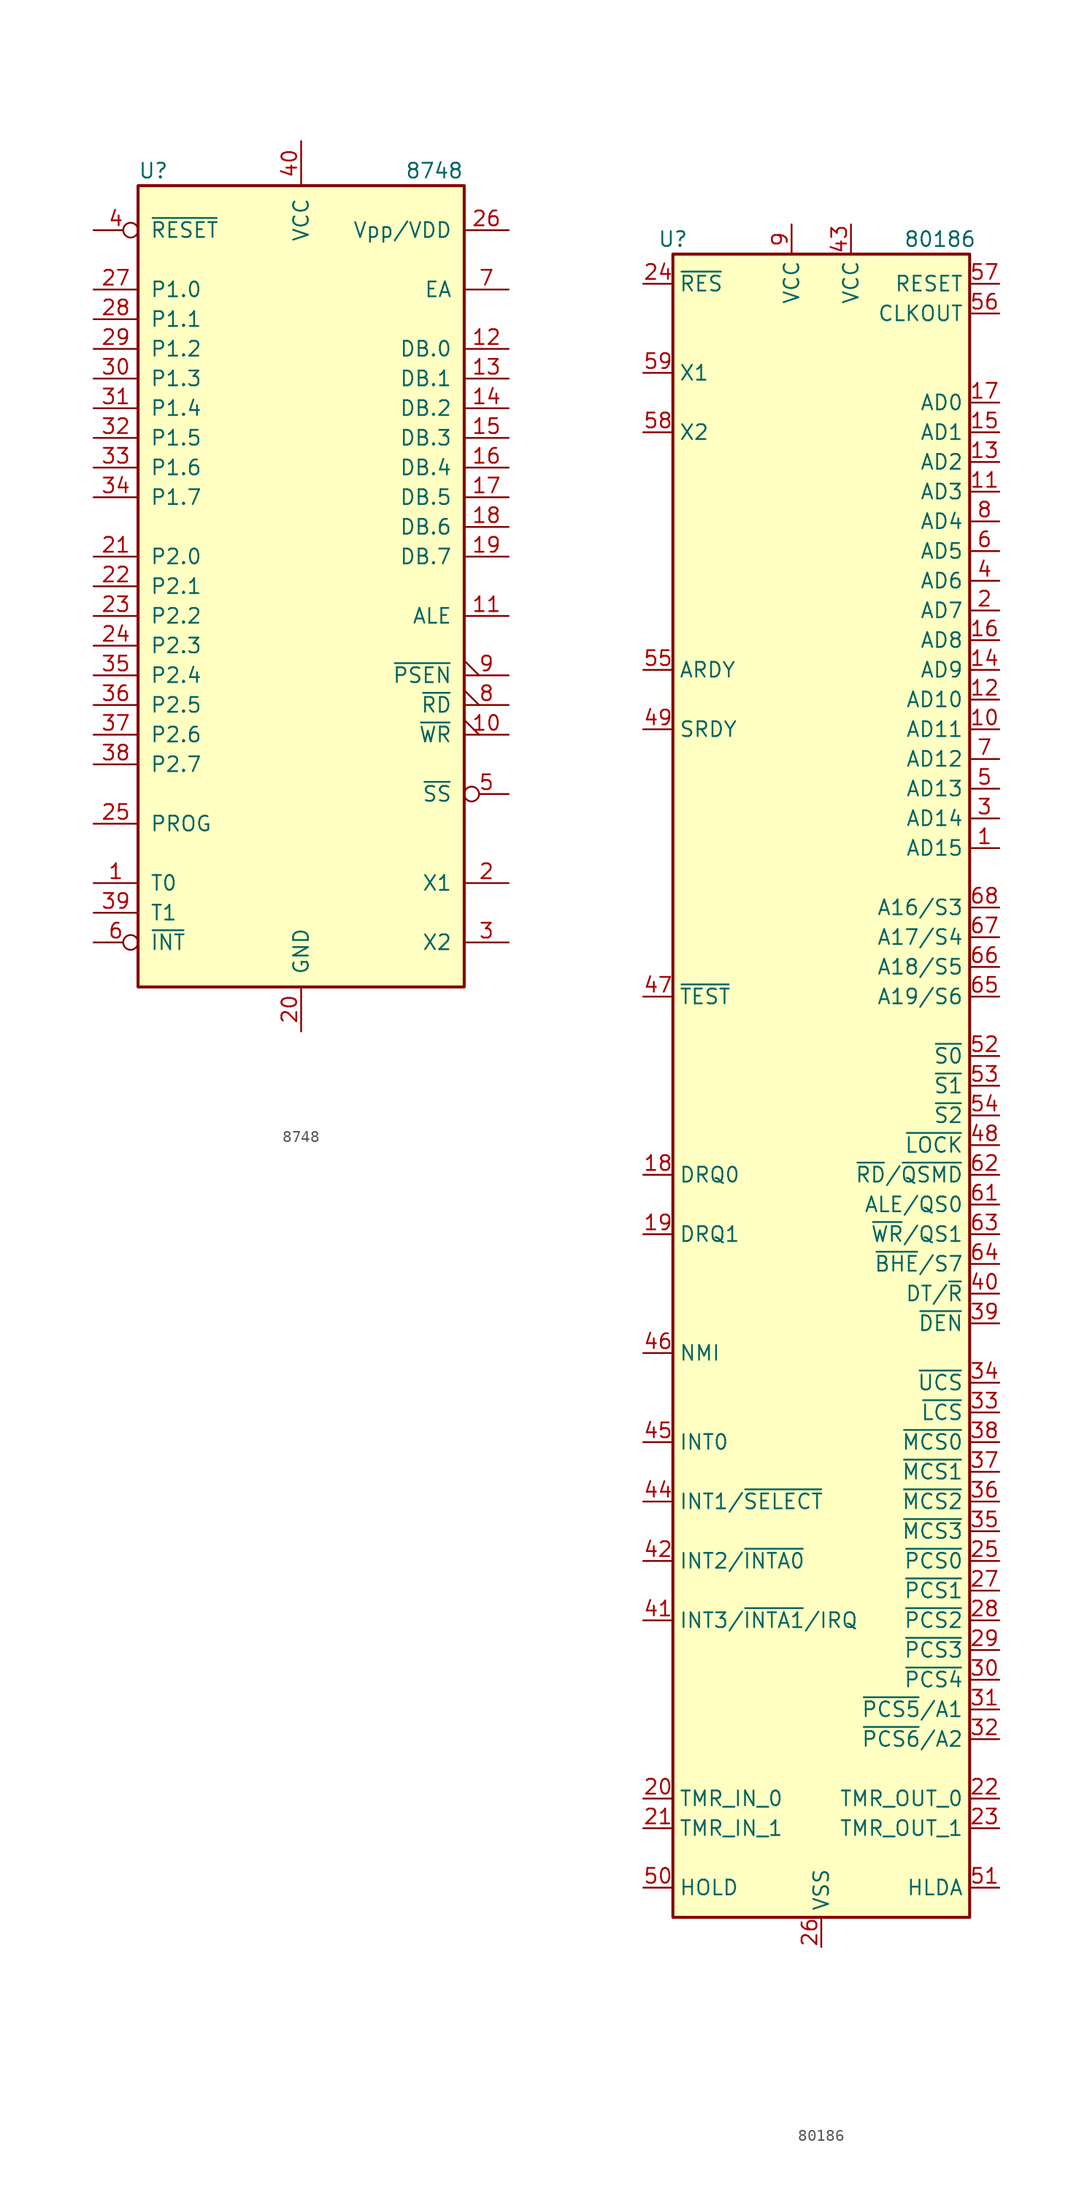
<source format=kicad_sym>
(kicad_symbol_lib
  (version 20200908)
  (generator kicad_symbol_editor)
  (symbol "MCU_Intel:8748"
    (pin_names
      (offset 1.016))
    (property "Reference" "U"
      (at -13.97 35.56 0)
      (effects (font (size 1.27 1.27)) (justify left)))
    (property "Value" "8748"
      (at 8.89 35.56 0)
      (effects (font (size 1.27 1.27)) (justify left)))
    (symbol "8748_1_1"
      (rectangle (start -13.97 -34.29) (end 13.97 34.29) (stroke (width 0.254)) (fill (type background)))
      (pin input line (at -17.78 -25.4 0) (length 3.81) (name "T0" (effects (font (size 1.27 1.27)))) (number "1" (effects (font (size 1.27 1.27)))))
      (pin output output_low (at 17.78 -12.7 180) (length 3.81) (name "~WR~" (effects (font (size 1.27 1.27)))) (number "10" (effects (font (size 1.27 1.27)))))
      (pin output line (at 17.78 -2.54 180) (length 3.81) (name "ALE" (effects (font (size 1.27 1.27)))) (number "11" (effects (font (size 1.27 1.27)))))
      (pin bidirectional line (at 17.78 20.32 180) (length 3.81) (name "DB.0" (effects (font (size 1.27 1.27)))) (number "12" (effects (font (size 1.27 1.27)))))
      (pin bidirectional line (at 17.78 17.78 180) (length 3.81) (name "DB.1" (effects (font (size 1.27 1.27)))) (number "13" (effects (font (size 1.27 1.27)))))
      (pin bidirectional line (at 17.78 15.24 180) (length 3.81) (name "DB.2" (effects (font (size 1.27 1.27)))) (number "14" (effects (font (size 1.27 1.27)))))
      (pin bidirectional line (at 17.78 12.7 180) (length 3.81) (name "DB.3" (effects (font (size 1.27 1.27)))) (number "15" (effects (font (size 1.27 1.27)))))
      (pin bidirectional line (at 17.78 10.16 180) (length 3.81) (name "DB.4" (effects (font (size 1.27 1.27)))) (number "16" (effects (font (size 1.27 1.27)))))
      (pin bidirectional line (at 17.78 7.62 180) (length 3.81) (name "DB.5" (effects (font (size 1.27 1.27)))) (number "17" (effects (font (size 1.27 1.27)))))
      (pin bidirectional line (at 17.78 5.08 180) (length 3.81) (name "DB.6" (effects (font (size 1.27 1.27)))) (number "18" (effects (font (size 1.27 1.27)))))
      (pin bidirectional line (at 17.78 2.54 180) (length 3.81) (name "DB.7" (effects (font (size 1.27 1.27)))) (number "19" (effects (font (size 1.27 1.27)))))
      (pin input line (at 17.78 -25.4 180) (length 3.81) (name "X1" (effects (font (size 1.27 1.27)))) (number "2" (effects (font (size 1.27 1.27)))))
      (pin power_in line (at 0 -38.1 90) (length 3.81) (name "GND" (effects (font (size 1.27 1.27)))) (number "20" (effects (font (size 1.27 1.27)))))
      (pin bidirectional line (at -17.78 2.54 0) (length 3.81) (name "P2.0" (effects (font (size 1.27 1.27)))) (number "21" (effects (font (size 1.27 1.27)))))
      (pin bidirectional line (at -17.78 0 0) (length 3.81) (name "P2.1" (effects (font (size 1.27 1.27)))) (number "22" (effects (font (size 1.27 1.27)))))
      (pin bidirectional line (at -17.78 -2.54 0) (length 3.81) (name "P2.2" (effects (font (size 1.27 1.27)))) (number "23" (effects (font (size 1.27 1.27)))))
      (pin bidirectional line (at -17.78 -5.08 0) (length 3.81) (name "P2.3" (effects (font (size 1.27 1.27)))) (number "24" (effects (font (size 1.27 1.27)))))
      (pin output line (at -17.78 -20.32 0) (length 3.81) (name "PROG" (effects (font (size 1.27 1.27)))) (number "25" (effects (font (size 1.27 1.27)))))
      (pin power_in line (at 17.78 30.48 180) (length 3.81) (name "Vpp/VDD" (effects (font (size 1.27 1.27)))) (number "26" (effects (font (size 1.27 1.27)))))
      (pin bidirectional line (at -17.78 25.4 0) (length 3.81) (name "P1.0" (effects (font (size 1.27 1.27)))) (number "27" (effects (font (size 1.27 1.27)))))
      (pin bidirectional line (at -17.78 22.86 0) (length 3.81) (name "P1.1" (effects (font (size 1.27 1.27)))) (number "28" (effects (font (size 1.27 1.27)))))
      (pin bidirectional line (at -17.78 20.32 0) (length 3.81) (name "P1.2" (effects (font (size 1.27 1.27)))) (number "29" (effects (font (size 1.27 1.27)))))
      (pin output line (at 17.78 -30.48 180) (length 3.81) (name "X2" (effects (font (size 1.27 1.27)))) (number "3" (effects (font (size 1.27 1.27)))))
      (pin bidirectional line (at -17.78 17.78 0) (length 3.81) (name "P1.3" (effects (font (size 1.27 1.27)))) (number "30" (effects (font (size 1.27 1.27)))))
      (pin bidirectional line (at -17.78 15.24 0) (length 3.81) (name "P1.4" (effects (font (size 1.27 1.27)))) (number "31" (effects (font (size 1.27 1.27)))))
      (pin bidirectional line (at -17.78 12.7 0) (length 3.81) (name "P1.5" (effects (font (size 1.27 1.27)))) (number "32" (effects (font (size 1.27 1.27)))))
      (pin bidirectional line (at -17.78 10.16 0) (length 3.81) (name "P1.6" (effects (font (size 1.27 1.27)))) (number "33" (effects (font (size 1.27 1.27)))))
      (pin bidirectional line (at -17.78 7.62 0) (length 3.81) (name "P1.7" (effects (font (size 1.27 1.27)))) (number "34" (effects (font (size 1.27 1.27)))))
      (pin bidirectional line (at -17.78 -7.62 0) (length 3.81) (name "P2.4" (effects (font (size 1.27 1.27)))) (number "35" (effects (font (size 1.27 1.27)))))
      (pin bidirectional line (at -17.78 -10.16 0) (length 3.81) (name "P2.5" (effects (font (size 1.27 1.27)))) (number "36" (effects (font (size 1.27 1.27)))))
      (pin bidirectional line (at -17.78 -12.7 0) (length 3.81) (name "P2.6" (effects (font (size 1.27 1.27)))) (number "37" (effects (font (size 1.27 1.27)))))
      (pin bidirectional line (at -17.78 -15.24 0) (length 3.81) (name "P2.7" (effects (font (size 1.27 1.27)))) (number "38" (effects (font (size 1.27 1.27)))))
      (pin input line (at -17.78 -27.94 0) (length 3.81) (name "T1" (effects (font (size 1.27 1.27)))) (number "39" (effects (font (size 1.27 1.27)))))
      (pin input inverted (at -17.78 30.48 0) (length 3.81) (name "~RESET~" (effects (font (size 1.27 1.27)))) (number "4" (effects (font (size 1.27 1.27)))))
      (pin power_in line (at 0 38.1 270) (length 3.81) (name "VCC" (effects (font (size 1.27 1.27)))) (number "40" (effects (font (size 1.27 1.27)))))
      (pin input inverted (at 17.78 -17.78 180) (length 3.81) (name "~SS~" (effects (font (size 1.27 1.27)))) (number "5" (effects (font (size 1.27 1.27)))))
      (pin input inverted (at -17.78 -30.48 0) (length 3.81) (name "~INT~" (effects (font (size 1.27 1.27)))) (number "6" (effects (font (size 1.27 1.27)))))
      (pin input line (at 17.78 25.4 180) (length 3.81) (name "EA" (effects (font (size 1.27 1.27)))) (number "7" (effects (font (size 1.27 1.27)))))
      (pin output output_low (at 17.78 -10.16 180) (length 3.81) (name "~RD~" (effects (font (size 1.27 1.27)))) (number "8" (effects (font (size 1.27 1.27)))))
      (pin output output_low (at 17.78 -7.62 180) (length 3.81) (name "~PSEN~" (effects (font (size 1.27 1.27)))) (number "9" (effects (font (size 1.27 1.27)))))))
  (symbol "MCU_Intel:80186"
    (property "Reference" "U"
      (at -12.7 72.39 0)
      (effects (font (size 1.27 1.27))))
    (property "Value" "80186"
      (at 10.16 72.39 0)
      (effects (font (size 1.27 1.27))))
    (symbol "80186_0_1"
      (rectangle (start 12.7 -71.12) (end -12.7 71.12) (stroke (width 0.254)) (fill (type background))))
    (symbol "80186_1_1"
      (pin bidirectional line (at 15.24 20.32 180) (length 2.54) (name "AD15" (effects (font (size 1.27 1.27)))) (number "1" (effects (font (size 1.27 1.27)))))
      (pin bidirectional line (at 15.24 30.48 180) (length 2.54) (name "AD11" (effects (font (size 1.27 1.27)))) (number "10" (effects (font (size 1.27 1.27)))))
      (pin bidirectional line (at 15.24 50.8 180) (length 2.54) (name "AD3" (effects (font (size 1.27 1.27)))) (number "11" (effects (font (size 1.27 1.27)))))
      (pin bidirectional line (at 15.24 33.02 180) (length 2.54) (name "AD10" (effects (font (size 1.27 1.27)))) (number "12" (effects (font (size 1.27 1.27)))))
      (pin bidirectional line (at 15.24 53.34 180) (length 2.54) (name "AD2" (effects (font (size 1.27 1.27)))) (number "13" (effects (font (size 1.27 1.27)))))
      (pin bidirectional line (at 15.24 35.56 180) (length 2.54) (name "AD9" (effects (font (size 1.27 1.27)))) (number "14" (effects (font (size 1.27 1.27)))))
      (pin bidirectional line (at 15.24 55.88 180) (length 2.54) (name "AD1" (effects (font (size 1.27 1.27)))) (number "15" (effects (font (size 1.27 1.27)))))
      (pin bidirectional line (at 15.24 38.1 180) (length 2.54) (name "AD8" (effects (font (size 1.27 1.27)))) (number "16" (effects (font (size 1.27 1.27)))))
      (pin bidirectional line (at 15.24 58.42 180) (length 2.54) (name "AD0" (effects (font (size 1.27 1.27)))) (number "17" (effects (font (size 1.27 1.27)))))
      (pin input line (at -15.24 -7.62 0) (length 2.54) (name "DRQ0" (effects (font (size 1.27 1.27)))) (number "18" (effects (font (size 1.27 1.27)))))
      (pin input line (at -15.24 -12.7 0) (length 2.54) (name "DRQ1" (effects (font (size 1.27 1.27)))) (number "19" (effects (font (size 1.27 1.27)))))
      (pin bidirectional line (at 15.24 40.64 180) (length 2.54) (name "AD7" (effects (font (size 1.27 1.27)))) (number "2" (effects (font (size 1.27 1.27)))))
      (pin input line (at -15.24 -60.96 0) (length 2.54) (name "TMR_IN_0" (effects (font (size 1.27 1.27)))) (number "20" (effects (font (size 1.27 1.27)))))
      (pin input line (at -15.24 -63.5 0) (length 2.54) (name "TMR_IN_1" (effects (font (size 1.27 1.27)))) (number "21" (effects (font (size 1.27 1.27)))))
      (pin output line (at 15.24 -60.96 180) (length 2.54) (name "TMR_OUT_0" (effects (font (size 1.27 1.27)))) (number "22" (effects (font (size 1.27 1.27)))))
      (pin output line (at 15.24 -63.5 180) (length 2.54) (name "TMR_OUT_1" (effects (font (size 1.27 1.27)))) (number "23" (effects (font (size 1.27 1.27)))))
      (pin input line (at -15.24 68.58 0) (length 2.54) (name "~RES~" (effects (font (size 1.27 1.27)))) (number "24" (effects (font (size 1.27 1.27)))))
      (pin output line (at 15.24 -40.64 180) (length 2.54) (name "~PCS0~" (effects (font (size 1.27 1.27)))) (number "25" (effects (font (size 1.27 1.27)))))
      (pin power_in line (at 0 -73.66 90) (length 2.54) (name "VSS" (effects (font (size 1.27 1.27)))) (number "26" (effects (font (size 1.27 1.27)))))
      (pin output line (at 15.24 -43.18 180) (length 2.54) (name "~PCS1~" (effects (font (size 1.27 1.27)))) (number "27" (effects (font (size 1.27 1.27)))))
      (pin output line (at 15.24 -45.72 180) (length 2.54) (name "~PCS2~" (effects (font (size 1.27 1.27)))) (number "28" (effects (font (size 1.27 1.27)))))
      (pin output line (at 15.24 -48.26 180) (length 2.54) (name "~PCS3~" (effects (font (size 1.27 1.27)))) (number "29" (effects (font (size 1.27 1.27)))))
      (pin bidirectional line (at 15.24 22.86 180) (length 2.54) (name "AD14" (effects (font (size 1.27 1.27)))) (number "3" (effects (font (size 1.27 1.27)))))
      (pin output line (at 15.24 -50.8 180) (length 2.54) (name "~PCS4~" (effects (font (size 1.27 1.27)))) (number "30" (effects (font (size 1.27 1.27)))))
      (pin output line (at 15.24 -53.34 180) (length 2.54) (name "~PCS5~/A1" (effects (font (size 1.27 1.27)))) (number "31" (effects (font (size 1.27 1.27)))))
      (pin output line (at 15.24 -55.88 180) (length 2.54) (name "~PCS6~/A2" (effects (font (size 1.27 1.27)))) (number "32" (effects (font (size 1.27 1.27)))))
      (pin output line (at 15.24 -27.94 180) (length 2.54) (name "~LCS~" (effects (font (size 1.27 1.27)))) (number "33" (effects (font (size 1.27 1.27)))))
      (pin output line (at 15.24 -25.4 180) (length 2.54) (name "~UCS~" (effects (font (size 1.27 1.27)))) (number "34" (effects (font (size 1.27 1.27)))))
      (pin output line (at 15.24 -38.1 180) (length 2.54) (name "~MCS3~" (effects (font (size 1.27 1.27)))) (number "35" (effects (font (size 1.27 1.27)))))
      (pin output line (at 15.24 -35.56 180) (length 2.54) (name "~MCS2~" (effects (font (size 1.27 1.27)))) (number "36" (effects (font (size 1.27 1.27)))))
      (pin output line (at 15.24 -33.02 180) (length 2.54) (name "~MCS1~" (effects (font (size 1.27 1.27)))) (number "37" (effects (font (size 1.27 1.27)))))
      (pin output line (at 15.24 -30.48 180) (length 2.54) (name "~MCS0~" (effects (font (size 1.27 1.27)))) (number "38" (effects (font (size 1.27 1.27)))))
      (pin output line (at 15.24 -20.32 180) (length 2.54) (name "~DEN~" (effects (font (size 1.27 1.27)))) (number "39" (effects (font (size 1.27 1.27)))))
      (pin bidirectional line (at 15.24 43.18 180) (length 2.54) (name "AD6" (effects (font (size 1.27 1.27)))) (number "4" (effects (font (size 1.27 1.27)))))
      (pin output line (at 15.24 -17.78 180) (length 2.54) (name "DT/~R~" (effects (font (size 1.27 1.27)))) (number "40" (effects (font (size 1.27 1.27)))))
      (pin bidirectional line (at -15.24 -45.72 0) (length 2.54) (name "INT3/~INTA1~/IRQ" (effects (font (size 1.27 1.27)))) (number "41" (effects (font (size 1.27 1.27)))))
      (pin bidirectional line (at -15.24 -40.64 0) (length 2.54) (name "INT2/~INTA0~" (effects (font (size 1.27 1.27)))) (number "42" (effects (font (size 1.27 1.27)))))
      (pin power_in line (at 2.54 73.66 270) (length 2.54) (name "VCC" (effects (font (size 1.27 1.27)))) (number "43" (effects (font (size 1.27 1.27)))))
      (pin input line (at -15.24 -35.56 0) (length 2.54) (name "INT1/~SELECT~" (effects (font (size 1.27 1.27)))) (number "44" (effects (font (size 1.27 1.27)))))
      (pin input line (at -15.24 -30.48 0) (length 2.54) (name "INT0" (effects (font (size 1.27 1.27)))) (number "45" (effects (font (size 1.27 1.27)))))
      (pin input line (at -15.24 -22.86 0) (length 2.54) (name "NMI" (effects (font (size 1.27 1.27)))) (number "46" (effects (font (size 1.27 1.27)))))
      (pin bidirectional line (at -15.24 7.62 0) (length 2.54) (name "~TEST~" (effects (font (size 1.27 1.27)))) (number "47" (effects (font (size 1.27 1.27)))))
      (pin output line (at 15.24 -5.08 180) (length 2.54) (name "~LOCK~" (effects (font (size 1.27 1.27)))) (number "48" (effects (font (size 1.27 1.27)))))
      (pin input line (at -15.24 30.48 0) (length 2.54) (name "SRDY" (effects (font (size 1.27 1.27)))) (number "49" (effects (font (size 1.27 1.27)))))
      (pin bidirectional line (at 15.24 25.4 180) (length 2.54) (name "AD13" (effects (font (size 1.27 1.27)))) (number "5" (effects (font (size 1.27 1.27)))))
      (pin input line (at -15.24 -68.58 0) (length 2.54) (name "HOLD" (effects (font (size 1.27 1.27)))) (number "50" (effects (font (size 1.27 1.27)))))
      (pin output line (at 15.24 -68.58 180) (length 2.54) (name "HLDA" (effects (font (size 1.27 1.27)))) (number "51" (effects (font (size 1.27 1.27)))))
      (pin output line (at 15.24 2.54 180) (length 2.54) (name "~S0~" (effects (font (size 1.27 1.27)))) (number "52" (effects (font (size 1.27 1.27)))))
      (pin output line (at 15.24 0 180) (length 2.54) (name "~S1~" (effects (font (size 1.27 1.27)))) (number "53" (effects (font (size 1.27 1.27)))))
      (pin output line (at 15.24 -2.54 180) (length 2.54) (name "~S2~" (effects (font (size 1.27 1.27)))) (number "54" (effects (font (size 1.27 1.27)))))
      (pin input line (at -15.24 35.56 0) (length 2.54) (name "ARDY" (effects (font (size 1.27 1.27)))) (number "55" (effects (font (size 1.27 1.27)))))
      (pin output line (at 15.24 66.04 180) (length 2.54) (name "CLKOUT" (effects (font (size 1.27 1.27)))) (number "56" (effects (font (size 1.27 1.27)))))
      (pin output line (at 15.24 68.58 180) (length 2.54) (name "RESET" (effects (font (size 1.27 1.27)))) (number "57" (effects (font (size 1.27 1.27)))))
      (pin output line (at -15.24 55.88 0) (length 2.54) (name "X2" (effects (font (size 1.27 1.27)))) (number "58" (effects (font (size 1.27 1.27)))))
      (pin input line (at -15.24 60.96 0) (length 2.54) (name "X1" (effects (font (size 1.27 1.27)))) (number "59" (effects (font (size 1.27 1.27)))))
      (pin bidirectional line (at 15.24 45.72 180) (length 2.54) (name "AD5" (effects (font (size 1.27 1.27)))) (number "6" (effects (font (size 1.27 1.27)))))
      (pin passive line (at 0 -73.66 90) (length 2.54) hide (name "VSS" (effects (font (size 1.27 1.27)))) (number "60" (effects (font (size 1.27 1.27)))))
      (pin output line (at 15.24 -10.16 180) (length 2.54) (name "ALE/QS0" (effects (font (size 1.27 1.27)))) (number "61" (effects (font (size 1.27 1.27)))))
      (pin output line (at 15.24 -7.62 180) (length 2.54) (name "~RD~/~QSMD~" (effects (font (size 1.27 1.27)))) (number "62" (effects (font (size 1.27 1.27)))))
      (pin output line (at 15.24 -12.7 180) (length 2.54) (name "~WR~/QS1" (effects (font (size 1.27 1.27)))) (number "63" (effects (font (size 1.27 1.27)))))
      (pin output line (at 15.24 -15.24 180) (length 2.54) (name "~BHE~/S7" (effects (font (size 1.27 1.27)))) (number "64" (effects (font (size 1.27 1.27)))))
      (pin output line (at 15.24 7.62 180) (length 2.54) (name "A19/S6" (effects (font (size 1.27 1.27)))) (number "65" (effects (font (size 1.27 1.27)))))
      (pin output line (at 15.24 10.16 180) (length 2.54) (name "A18/S5" (effects (font (size 1.27 1.27)))) (number "66" (effects (font (size 1.27 1.27)))))
      (pin output line (at 15.24 12.7 180) (length 2.54) (name "A17/S4" (effects (font (size 1.27 1.27)))) (number "67" (effects (font (size 1.27 1.27)))))
      (pin output line (at 15.24 15.24 180) (length 2.54) (name "A16/S3" (effects (font (size 1.27 1.27)))) (number "68" (effects (font (size 1.27 1.27)))))
      (pin bidirectional line (at 15.24 27.94 180) (length 2.54) (name "AD12" (effects (font (size 1.27 1.27)))) (number "7" (effects (font (size 1.27 1.27)))))
      (pin bidirectional line (at 15.24 48.26 180) (length 2.54) (name "AD4" (effects (font (size 1.27 1.27)))) (number "8" (effects (font (size 1.27 1.27)))))
      (pin power_in line (at -2.54 73.66 270) (length 2.54) (name "VCC" (effects (font (size 1.27 1.27)))) (number "9" (effects (font (size 1.27 1.27))))))))
</source>
